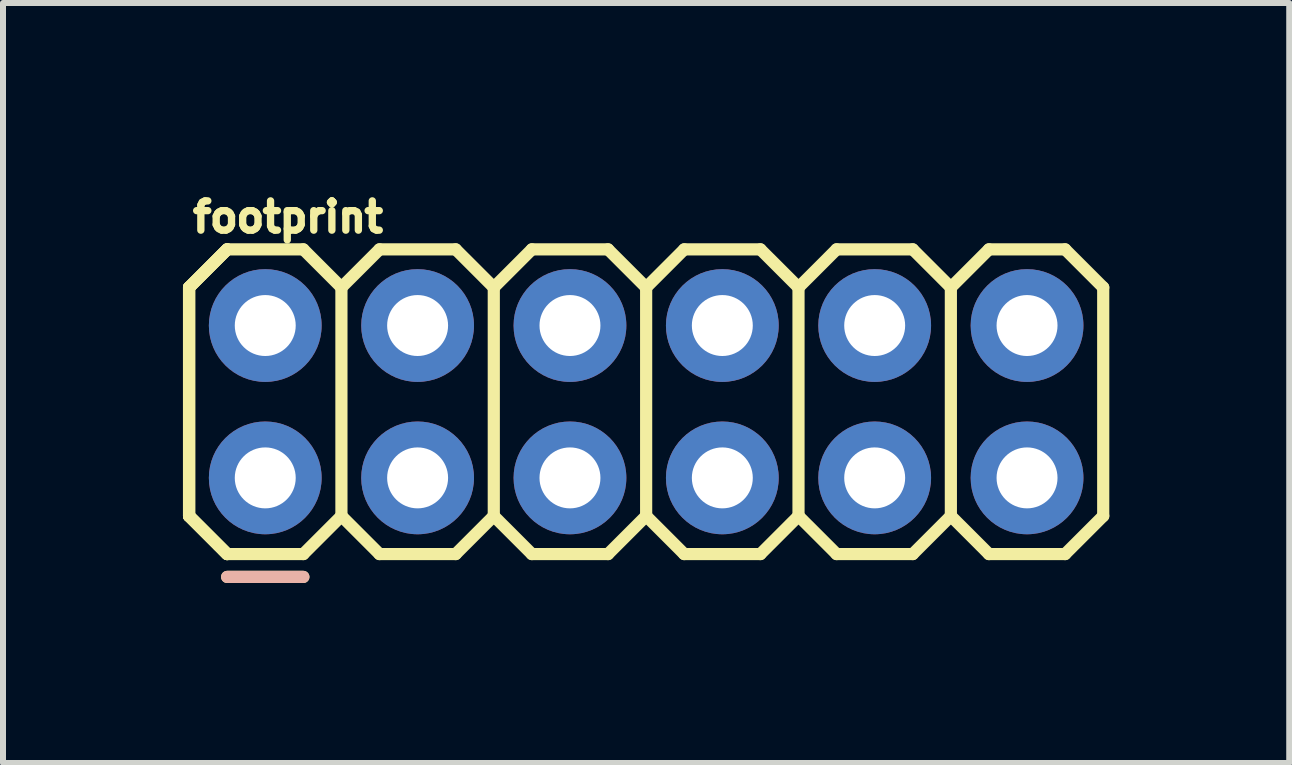
<source format=kicad_pcb>
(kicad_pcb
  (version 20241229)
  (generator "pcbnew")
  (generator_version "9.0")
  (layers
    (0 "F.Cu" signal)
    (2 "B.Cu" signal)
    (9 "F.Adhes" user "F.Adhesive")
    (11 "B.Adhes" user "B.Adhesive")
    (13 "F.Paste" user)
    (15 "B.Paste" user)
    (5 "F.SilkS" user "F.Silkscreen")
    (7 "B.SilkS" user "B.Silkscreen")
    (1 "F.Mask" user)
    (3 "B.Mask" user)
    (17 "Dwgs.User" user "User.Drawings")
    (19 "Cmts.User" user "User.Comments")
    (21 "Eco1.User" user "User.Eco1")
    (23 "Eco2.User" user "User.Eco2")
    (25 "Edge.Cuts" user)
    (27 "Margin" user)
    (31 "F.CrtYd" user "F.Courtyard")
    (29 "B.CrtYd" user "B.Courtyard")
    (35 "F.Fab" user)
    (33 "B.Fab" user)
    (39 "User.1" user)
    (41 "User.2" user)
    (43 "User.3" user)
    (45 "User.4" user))
  (footprint "footprint"
    (layer "F.Cu")
    (at 1.372 4.917)
    (property "Reference" "footprint" (at -1.27 -4.064 0) (layer "F.SilkS") (effects (font (size 0.488 0.488) (thickness 0.122)) (justify left bottom)))
    (fp_line (start -1.27 -3.175) (end -0.635 -3.81) (stroke (width 0.203) (type solid)) (layer "F.SilkS"))
    (fp_line (start -1.27 -3.175) (end -0.635 -3.81) (stroke (width 0.203) (type solid)) (layer "F.SilkS"))
    (fp_line (start -1.27 -3.175) (end -0.635 -3.81) (stroke (width 0.203) (type solid)) (layer "F.SilkS"))
    (fp_line (start -1.27 0.635) (end -1.27 -3.175) (stroke (width 0.203) (type solid)) (layer "F.SilkS"))
    (fp_line (start -1.27 0.635) (end -1.27 -3.175) (stroke (width 0.203) (type solid)) (layer "F.SilkS"))
    (fp_line (start -1.27 0.635) (end -1.27 -3.175) (stroke (width 0.203) (type solid)) (layer "F.SilkS"))
    (fp_line (start -1.27 0.635) (end -0.635 1.27) (stroke (width 0.203) (type solid)) (layer "F.SilkS"))
    (fp_line (start -1.27 0.635) (end -0.635 1.27) (stroke (width 0.203) (type solid)) (layer "F.SilkS"))
    (fp_line (start -1.27 0.635) (end -0.635 1.27) (stroke (width 0.203) (type solid)) (layer "F.SilkS"))
    (fp_line (start -0.635 -3.81) (end 0.635 -3.81) (stroke (width 0.203) (type solid)) (layer "F.SilkS"))
    (fp_line (start -0.635 1.27) (end 0.635 1.27) (stroke (width 0.203) (type solid)) (layer "F.SilkS"))
    (fp_line (start -0.635 1.651) (end 0.635 1.651) (stroke (width 0.203) (type solid)) (layer "F.SilkS"))
    (fp_line (start 0.635 -3.81) (end 1.27 -3.175) (stroke (width 0.203) (type solid)) (layer "F.SilkS"))
    (fp_line (start 0.635 1.27) (end 1.27 0.635) (stroke (width 0.203) (type solid)) (layer "F.SilkS"))
    (fp_line (start 1.27 -3.175) (end 1.27 0.635) (stroke (width 0.203) (type solid)) (layer "F.SilkS"))
    (fp_line (start 1.27 -3.175) (end 1.905 -3.81) (stroke (width 0.203) (type solid)) (layer "F.SilkS"))
    (fp_line (start 1.27 0.635) (end 1.905 1.27) (stroke (width 0.203) (type solid)) (layer "F.SilkS"))
    (fp_line (start 1.905 -3.81) (end 3.175 -3.81) (stroke (width 0.203) (type solid)) (layer "F.SilkS"))
    (fp_line (start 1.905 1.27) (end 3.175 1.27) (stroke (width 0.203) (type solid)) (layer "F.SilkS"))
    (fp_line (start 3.175 -3.81) (end 3.81 -3.175) (stroke (width 0.203) (type solid)) (layer "F.SilkS"))
    (fp_line (start 3.175 1.27) (end 3.81 0.635) (stroke (width 0.203) (type solid)) (layer "F.SilkS"))
    (fp_line (start 3.81 -3.175) (end 3.81 0.635) (stroke (width 0.203) (type solid)) (layer "F.SilkS"))
    (fp_line (start 3.81 -3.175) (end 4.445 -3.81) (stroke (width 0.203) (type solid)) (layer "F.SilkS"))
    (fp_line (start 3.81 0.635) (end 4.445 1.27) (stroke (width 0.203) (type solid)) (layer "F.SilkS"))
    (fp_line (start 4.445 -3.81) (end 5.715 -3.81) (stroke (width 0.203) (type solid)) (layer "F.SilkS"))
    (fp_line (start 4.445 1.27) (end 5.715 1.27) (stroke (width 0.203) (type solid)) (layer "F.SilkS"))
    (fp_line (start 5.715 -3.81) (end 6.35 -3.175) (stroke (width 0.203) (type solid)) (layer "F.SilkS"))
    (fp_line (start 5.715 1.27) (end 6.35 0.635) (stroke (width 0.203) (type solid)) (layer "F.SilkS"))
    (fp_line (start 6.35 -3.175) (end 6.35 0.635) (stroke (width 0.203) (type solid)) (layer "F.SilkS"))
    (fp_line (start 6.35 -3.175) (end 6.985 -3.81) (stroke (width 0.203) (type solid)) (layer "F.SilkS"))
    (fp_line (start 6.35 0.635) (end 6.985 1.27) (stroke (width 0.203) (type solid)) (layer "F.SilkS"))
    (fp_line (start 6.985 -3.81) (end 8.255 -3.81) (stroke (width 0.203) (type solid)) (layer "F.SilkS"))
    (fp_line (start 6.985 1.27) (end 8.255 1.27) (stroke (width 0.203) (type solid)) (layer "F.SilkS"))
    (fp_line (start 8.255 -3.81) (end 8.89 -3.175) (stroke (width 0.203) (type solid)) (layer "F.SilkS"))
    (fp_line (start 8.255 1.27) (end 8.89 0.635) (stroke (width 0.203) (type solid)) (layer "F.SilkS"))
    (fp_line (start 8.89 -3.175) (end 8.89 0.635) (stroke (width 0.203) (type solid)) (layer "F.SilkS"))
    (fp_line (start 8.89 -3.175) (end 9.525 -3.81) (stroke (width 0.203) (type solid)) (layer "F.SilkS"))
    (fp_line (start 8.89 0.635) (end 9.525 1.27) (stroke (width 0.203) (type solid)) (layer "F.SilkS"))
    (fp_line (start 9.525 -3.81) (end 10.795 -3.81) (stroke (width 0.203) (type solid)) (layer "F.SilkS"))
    (fp_line (start 9.525 1.27) (end 10.795 1.27) (stroke (width 0.203) (type solid)) (layer "F.SilkS"))
    (fp_line (start 10.795 -3.81) (end 11.43 -3.175) (stroke (width 0.203) (type solid)) (layer "F.SilkS"))
    (fp_line (start 10.795 1.27) (end 11.43 0.635) (stroke (width 0.203) (type solid)) (layer "F.SilkS"))
    (fp_line (start 11.43 -3.175) (end 11.43 0.635) (stroke (width 0.203) (type solid)) (layer "F.SilkS"))
    (fp_line (start 11.43 -3.175) (end 12.065 -3.81) (stroke (width 0.203) (type solid)) (layer "F.SilkS"))
    (fp_line (start 11.43 0.635) (end 12.065 1.27) (stroke (width 0.203) (type solid)) (layer "F.SilkS"))
    (fp_line (start 12.065 -3.81) (end 13.335 -3.81) (stroke (width 0.203) (type solid)) (layer "F.SilkS"))
    (fp_line (start 12.065 1.27) (end 13.335 1.27) (stroke (width 0.203) (type solid)) (layer "F.SilkS"))
    (fp_line (start 13.335 -3.81) (end 13.97 -3.175) (stroke (width 0.203) (type solid)) (layer "F.SilkS"))
    (fp_line (start 13.335 1.27) (end 13.97 0.635) (stroke (width 0.203) (type solid)) (layer "F.SilkS"))
    (fp_line (start 13.97 -3.175) (end 13.97 0.635) (stroke (width 0.203) (type solid)) (layer "F.SilkS"))
    (fp_line (start 0.635 1.651) (end -0.635 1.651) (stroke (width 0.203) (type solid)) (layer "B.SilkS"))
    (fp_poly (pts (xy -0.254 -2.286) (xy 0.254 -2.286) (xy 0.254 -2.794) (xy -0.254 -2.794)) (stroke (width 0.1) (type solid)) (fill no) (layer "F.Fab"))
    (fp_poly (pts (xy -0.254 0.254) (xy 0.254 0.254) (xy 0.254 -0.254) (xy -0.254 -0.254)) (stroke (width 0.1) (type solid)) (fill no) (layer "F.Fab"))
    (fp_poly (pts (xy 2.286 -2.286) (xy 2.794 -2.286) (xy 2.794 -2.794) (xy 2.286 -2.794)) (stroke (width 0.1) (type solid)) (fill no) (layer "F.Fab"))
    (fp_poly (pts (xy 2.286 0.254) (xy 2.794 0.254) (xy 2.794 -0.254) (xy 2.286 -0.254)) (stroke (width 0.1) (type solid)) (fill no) (layer "F.Fab"))
    (fp_poly (pts (xy 4.826 -2.286) (xy 5.334 -2.286) (xy 5.334 -2.794) (xy 4.826 -2.794)) (stroke (width 0.1) (type solid)) (fill no) (layer "F.Fab"))
    (fp_poly (pts (xy 4.826 0.254) (xy 5.334 0.254) (xy 5.334 -0.254) (xy 4.826 -0.254)) (stroke (width 0.1) (type solid)) (fill no) (layer "F.Fab"))
    (fp_poly (pts (xy 7.366 -2.286) (xy 7.874 -2.286) (xy 7.874 -2.794) (xy 7.366 -2.794)) (stroke (width 0.1) (type solid)) (fill no) (layer "F.Fab"))
    (fp_poly (pts (xy 7.366 0.254) (xy 7.874 0.254) (xy 7.874 -0.254) (xy 7.366 -0.254)) (stroke (width 0.1) (type solid)) (fill no) (layer "F.Fab"))
    (fp_poly (pts (xy 9.906 -2.286) (xy 10.414 -2.286) (xy 10.414 -2.794) (xy 9.906 -2.794)) (stroke (width 0.1) (type solid)) (fill no) (layer "F.Fab"))
    (fp_poly (pts (xy 9.906 0.254) (xy 10.414 0.254) (xy 10.414 -0.254) (xy 9.906 -0.254)) (stroke (width 0.1) (type solid)) (fill no) (layer "F.Fab"))
    (fp_poly (pts (xy 12.446 -2.286) (xy 12.954 -2.286) (xy 12.954 -2.794) (xy 12.446 -2.794)) (stroke (width 0.1) (type solid)) (fill no) (layer "F.Fab"))
    (fp_poly (pts (xy 12.446 0.254) (xy 12.954 0.254) (xy 12.954 -0.254) (xy 12.446 -0.254)) (stroke (width 0.1) (type solid)) (fill no) (layer "F.Fab"))
    (pad "1" thru_hole circle (at 0 0) (size 1.88 1.88) (drill 1.016) (layers "*.Cu" "*.Mask"))
    (pad "2" thru_hole circle (at 0 -2.54) (size 1.88 1.88) (drill 1.016) (layers "*.Cu" "*.Mask"))
    (pad "3" thru_hole circle (at 2.54 0) (size 1.88 1.88) (drill 1.016) (layers "*.Cu" "*.Mask"))
    (pad "4" thru_hole circle (at 2.54 -2.54) (size 1.88 1.88) (drill 1.016) (layers "*.Cu" "*.Mask"))
    (pad "5" thru_hole circle (at 5.08 0) (size 1.88 1.88) (drill 1.016) (layers "*.Cu" "*.Mask"))
    (pad "6" thru_hole circle (at 5.08 -2.54) (size 1.88 1.88) (drill 1.016) (layers "*.Cu" "*.Mask"))
    (pad "7" thru_hole circle (at 7.62 0) (size 1.88 1.88) (drill 1.016) (layers "*.Cu" "*.Mask"))
    (pad "8" thru_hole circle (at 7.62 -2.54) (size 1.88 1.88) (drill 1.016) (layers "*.Cu" "*.Mask"))
    (pad "9" thru_hole circle (at 10.16 0) (size 1.88 1.88) (drill 1.016) (layers "*.Cu" "*.Mask"))
    (pad "10" thru_hole circle (at 10.16 -2.54) (size 1.88 1.88) (drill 1.016) (layers "*.Cu" "*.Mask"))
    (pad "11" thru_hole circle (at 12.7 0) (size 1.88 1.88) (drill 1.016) (layers "*.Cu" "*.Mask"))
    (pad "12" thru_hole circle (at 12.7 -2.54) (size 1.88 1.88) (drill 1.016) (layers "*.Cu" "*.Mask")))
  (gr_rect
    (start -3 -3)
    (end 18.443 9.67)
    (stroke (width 0.1) (type default))
    (fill no)
    (layer "Edge.Cuts")))
</source>
